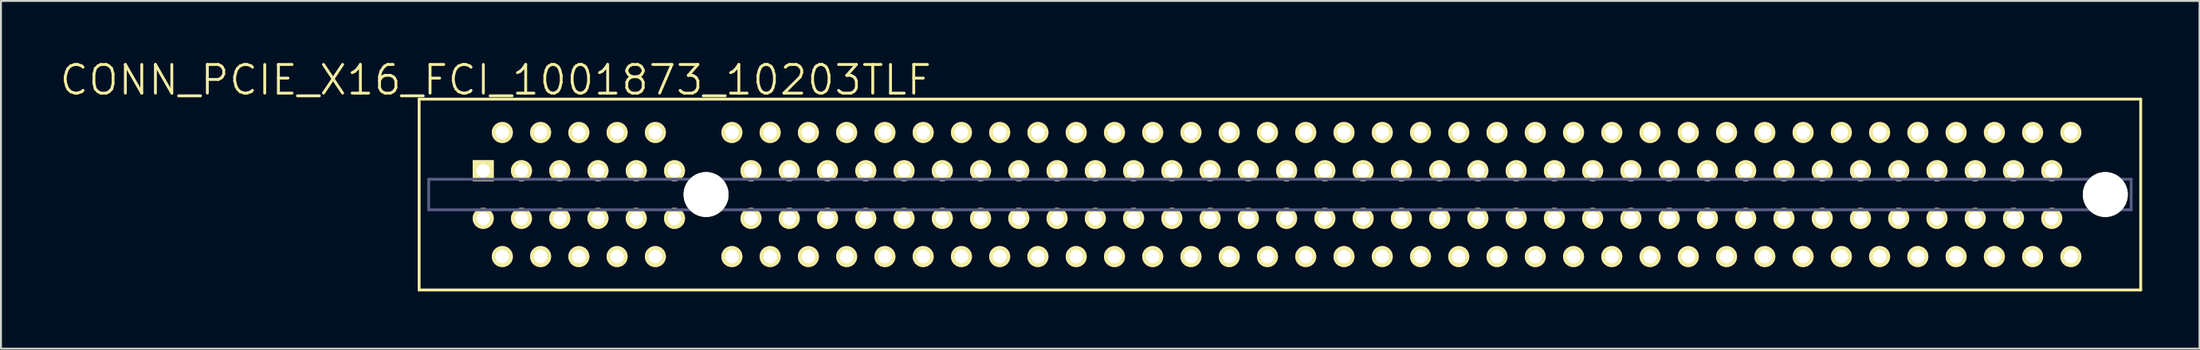
<source format=kicad_pcb>
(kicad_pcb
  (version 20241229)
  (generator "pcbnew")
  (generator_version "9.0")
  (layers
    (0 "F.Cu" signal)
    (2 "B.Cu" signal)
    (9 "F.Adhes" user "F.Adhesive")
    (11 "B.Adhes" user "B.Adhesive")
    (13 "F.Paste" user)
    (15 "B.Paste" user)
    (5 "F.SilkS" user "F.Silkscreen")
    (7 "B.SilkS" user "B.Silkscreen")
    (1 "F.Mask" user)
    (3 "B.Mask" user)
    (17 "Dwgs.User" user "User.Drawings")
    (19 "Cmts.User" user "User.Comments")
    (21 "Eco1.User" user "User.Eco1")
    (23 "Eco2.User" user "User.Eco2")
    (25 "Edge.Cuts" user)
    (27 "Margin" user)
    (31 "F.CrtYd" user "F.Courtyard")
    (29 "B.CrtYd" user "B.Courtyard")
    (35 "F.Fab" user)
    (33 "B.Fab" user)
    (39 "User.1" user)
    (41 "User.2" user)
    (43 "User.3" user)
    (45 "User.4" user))
  (footprint "CONN_PCIE_X16_FCI_1001873_10203TLF"
    (layer "F.Cu")
    (at 33.861 7.141)
    (property "Reference" "CONN_PCIE_X16_FCI_1001873_10203TLF" (at -11 -6 0) (layer "F.SilkS") (effects (font (size 1.5 1.5) (thickness 0.15))))
    (attr through_hole)
    (fp_line (start -15 -5) (end -15 5) (stroke (width 0.15) (type solid)) (layer "F.SilkS"))
    (fp_line (start -15 -5) (end 75 -5) (stroke (width 0.15) (type solid)) (layer "F.SilkS"))
    (fp_line (start -15 5) (end 75 5) (stroke (width 0.15) (type solid)) (layer "F.SilkS"))
    (fp_line (start 75 -5) (end 75 5) (stroke (width 0.15) (type solid)) (layer "F.SilkS"))
    (fp_line (start 0 -0.8) (end 0 0.8) (stroke (width 0.15) (type solid)) (layer "Dwgs.User"))
    (fp_line (start -14.5 -0.8) (end -14.5 0.8) (stroke (width 0.15) (type solid)) (layer "B.Fab"))
    (fp_line (start -14.5 0.8) (end 74.5 0.8) (stroke (width 0.15) (type solid)) (layer "B.Fab"))
    (fp_line (start 74.5 -0.8) (end -14.5 -0.8) (stroke (width 0.15) (type solid)) (layer "B.Fab"))
    (fp_line (start 74.5 -0.8) (end 74.5 0.8) (stroke (width 0.15) (type solid)) (layer "B.Fab"))
    (pad "" np_thru_hole circle (at 0 0) (size 2.35 2.35) (drill 2.35) (layers "*.Cu" "*.Mask" "F.SilkS"))
    (pad "" np_thru_hole circle (at 73.15 0) (size 2.35 2.35) (drill 2.35) (layers "*.Cu" "*.Mask" "F.SilkS"))
    (pad "A1" thru_hole circle (at -10.65 -3.25) (size 1.1 1.1) (drill 0.7) (layers "*.Cu" "*.Mask" "F.SilkS"))
    (pad "A2" thru_hole rect (at -11.65 -1.25) (size 1.1 1.1) (drill 0.7) (layers "*.Cu" "*.Mask" "F.SilkS"))
    (pad "A3" thru_hole circle (at -9.65 -1.25) (size 1.1 1.1) (drill 0.7) (layers "*.Cu" "*.Mask" "F.SilkS"))
    (pad "A4" thru_hole circle (at -8.65 -3.25) (size 1.1 1.1) (drill 0.7) (layers "*.Cu" "*.Mask" "F.SilkS"))
    (pad "A5" thru_hole circle (at -7.65 -1.25) (size 1.1 1.1) (drill 0.7) (layers "*.Cu" "*.Mask" "F.SilkS"))
    (pad "A6" thru_hole circle (at -6.65 -3.25) (size 1.1 1.1) (drill 0.7) (layers "*.Cu" "*.Mask" "F.SilkS"))
    (pad "A7" thru_hole circle (at -5.65 -1.25) (size 1.1 1.1) (drill 0.7) (layers "*.Cu" "*.Mask" "F.SilkS"))
    (pad "A8" thru_hole circle (at -4.65 -3.25) (size 1.1 1.1) (drill 0.7) (layers "*.Cu" "*.Mask" "F.SilkS"))
    (pad "A9" thru_hole circle (at -3.65 -1.25) (size 1.1 1.1) (drill 0.7) (layers "*.Cu" "*.Mask" "F.SilkS"))
    (pad "A10" thru_hole circle (at -2.65 -3.25) (size 1.1 1.1) (drill 0.7) (layers "*.Cu" "*.Mask" "F.SilkS"))
    (pad "A11" thru_hole circle (at -1.65 -1.25) (size 1.1 1.1) (drill 0.7) (layers "*.Cu" "*.Mask" "F.SilkS"))
    (pad "A12" thru_hole circle (at 1.35 -3.25) (size 1.1 1.1) (drill 0.7) (layers "*.Cu" "*.Mask" "F.SilkS"))
    (pad "A13" thru_hole circle (at 2.35 -1.25) (size 1.1 1.1) (drill 0.7) (layers "*.Cu" "*.Mask" "F.SilkS"))
    (pad "A14" thru_hole circle (at 3.35 -3.25) (size 1.1 1.1) (drill 0.7) (layers "*.Cu" "*.Mask" "F.SilkS"))
    (pad "A15" thru_hole circle (at 4.35 -1.25) (size 1.1 1.1) (drill 0.7) (layers "*.Cu" "*.Mask" "F.SilkS"))
    (pad "A16" thru_hole circle (at 5.35 -3.25) (size 1.1 1.1) (drill 0.7) (layers "*.Cu" "*.Mask" "F.SilkS"))
    (pad "A17" thru_hole circle (at 6.35 -1.25) (size 1.1 1.1) (drill 0.7) (layers "*.Cu" "*.Mask" "F.SilkS"))
    (pad "A18" thru_hole circle (at 7.35 -3.25) (size 1.1 1.1) (drill 0.7) (layers "*.Cu" "*.Mask" "F.SilkS"))
    (pad "A19" thru_hole circle (at 8.35 -1.25) (size 1.1 1.1) (drill 0.7) (layers "*.Cu" "*.Mask" "F.SilkS"))
    (pad "A20" thru_hole circle (at 9.35 -3.25) (size 1.1 1.1) (drill 0.7) (layers "*.Cu" "*.Mask" "F.SilkS"))
    (pad "A21" thru_hole circle (at 10.35 -1.25) (size 1.1 1.1) (drill 0.7) (layers "*.Cu" "*.Mask" "F.SilkS"))
    (pad "A22" thru_hole circle (at 11.35 -3.25) (size 1.1 1.1) (drill 0.7) (layers "*.Cu" "*.Mask" "F.SilkS"))
    (pad "A23" thru_hole circle (at 12.35 -1.25) (size 1.1 1.1) (drill 0.7) (layers "*.Cu" "*.Mask" "F.SilkS"))
    (pad "A24" thru_hole circle (at 13.35 -3.25) (size 1.1 1.1) (drill 0.7) (layers "*.Cu" "*.Mask" "F.SilkS"))
    (pad "A25" thru_hole circle (at 14.35 -1.25) (size 1.1 1.1) (drill 0.7) (layers "*.Cu" "*.Mask" "F.SilkS"))
    (pad "A26" thru_hole circle (at 15.35 -3.25) (size 1.1 1.1) (drill 0.7) (layers "*.Cu" "*.Mask" "F.SilkS"))
    (pad "A27" thru_hole circle (at 16.35 -1.25) (size 1.1 1.1) (drill 0.7) (layers "*.Cu" "*.Mask" "F.SilkS"))
    (pad "A28" thru_hole circle (at 17.35 -3.25) (size 1.1 1.1) (drill 0.7) (layers "*.Cu" "*.Mask" "F.SilkS"))
    (pad "A29" thru_hole circle (at 18.35 -1.25) (size 1.1 1.1) (drill 0.7) (layers "*.Cu" "*.Mask" "F.SilkS"))
    (pad "A30" thru_hole circle (at 19.35 -3.25) (size 1.1 1.1) (drill 0.7) (layers "*.Cu" "*.Mask" "F.SilkS"))
    (pad "A31" thru_hole circle (at 20.35 -1.25) (size 1.1 1.1) (drill 0.7) (layers "*.Cu" "*.Mask" "F.SilkS"))
    (pad "A32" thru_hole circle (at 21.35 -3.25) (size 1.1 1.1) (drill 0.7) (layers "*.Cu" "*.Mask" "F.SilkS"))
    (pad "A33" thru_hole circle (at 22.35 -1.25) (size 1.1 1.1) (drill 0.7) (layers "*.Cu" "*.Mask" "F.SilkS"))
    (pad "A34" thru_hole circle (at 23.35 -3.25) (size 1.1 1.1) (drill 0.7) (layers "*.Cu" "*.Mask" "F.SilkS"))
    (pad "A35" thru_hole circle (at 24.35 -1.25) (size 1.1 1.1) (drill 0.7) (layers "*.Cu" "*.Mask" "F.SilkS"))
    (pad "A36" thru_hole circle (at 25.35 -3.25) (size 1.1 1.1) (drill 0.7) (layers "*.Cu" "*.Mask" "F.SilkS"))
    (pad "A37" thru_hole circle (at 26.35 -1.25) (size 1.1 1.1) (drill 0.7) (layers "*.Cu" "*.Mask" "F.SilkS"))
    (pad "A38" thru_hole circle (at 27.35 -3.25) (size 1.1 1.1) (drill 0.7) (layers "*.Cu" "*.Mask" "F.SilkS"))
    (pad "A39" thru_hole circle (at 28.35 -1.25) (size 1.1 1.1) (drill 0.7) (layers "*.Cu" "*.Mask" "F.SilkS"))
    (pad "A40" thru_hole circle (at 29.35 -3.25) (size 1.1 1.1) (drill 0.7) (layers "*.Cu" "*.Mask" "F.SilkS"))
    (pad "A41" thru_hole circle (at 30.35 -1.25) (size 1.1 1.1) (drill 0.7) (layers "*.Cu" "*.Mask" "F.SilkS"))
    (pad "A42" thru_hole circle (at 31.35 -3.25) (size 1.1 1.1) (drill 0.7) (layers "*.Cu" "*.Mask" "F.SilkS"))
    (pad "A43" thru_hole circle (at 32.35 -1.25) (size 1.1 1.1) (drill 0.7) (layers "*.Cu" "*.Mask" "F.SilkS"))
    (pad "A44" thru_hole circle (at 33.35 -3.25) (size 1.1 1.1) (drill 0.7) (layers "*.Cu" "*.Mask" "F.SilkS"))
    (pad "A45" thru_hole circle (at 34.35 -1.25) (size 1.1 1.1) (drill 0.7) (layers "*.Cu" "*.Mask" "F.SilkS"))
    (pad "A46" thru_hole circle (at 35.35 -3.25) (size 1.1 1.1) (drill 0.7) (layers "*.Cu" "*.Mask" "F.SilkS"))
    (pad "A47" thru_hole circle (at 36.35 -1.25) (size 1.1 1.1) (drill 0.7) (layers "*.Cu" "*.Mask" "F.SilkS"))
    (pad "A48" thru_hole circle (at 37.35 -3.25) (size 1.1 1.1) (drill 0.7) (layers "*.Cu" "*.Mask" "F.SilkS"))
    (pad "A49" thru_hole circle (at 38.35 -1.25) (size 1.1 1.1) (drill 0.7) (layers "*.Cu" "*.Mask" "F.SilkS"))
    (pad "A50" thru_hole circle (at 39.35 -3.25) (size 1.1 1.1) (drill 0.7) (layers "*.Cu" "*.Mask" "F.SilkS"))
    (pad "A51" thru_hole circle (at 40.35 -1.25) (size 1.1 1.1) (drill 0.7) (layers "*.Cu" "*.Mask" "F.SilkS"))
    (pad "A52" thru_hole circle (at 41.35 -3.25) (size 1.1 1.1) (drill 0.7) (layers "*.Cu" "*.Mask" "F.SilkS"))
    (pad "A53" thru_hole circle (at 42.35 -1.25) (size 1.1 1.1) (drill 0.7) (layers "*.Cu" "*.Mask" "F.SilkS"))
    (pad "A54" thru_hole circle (at 43.35 -3.25) (size 1.1 1.1) (drill 0.7) (layers "*.Cu" "*.Mask" "F.SilkS"))
    (pad "A55" thru_hole circle (at 44.35 -1.25) (size 1.1 1.1) (drill 0.7) (layers "*.Cu" "*.Mask" "F.SilkS"))
    (pad "A56" thru_hole circle (at 45.35 -3.25) (size 1.1 1.1) (drill 0.7) (layers "*.Cu" "*.Mask" "F.SilkS"))
    (pad "A57" thru_hole circle (at 46.35 -1.25) (size 1.1 1.1) (drill 0.7) (layers "*.Cu" "*.Mask" "F.SilkS"))
    (pad "A58" thru_hole circle (at 47.35 -3.25) (size 1.1 1.1) (drill 0.7) (layers "*.Cu" "*.Mask" "F.SilkS"))
    (pad "A59" thru_hole circle (at 48.35 -1.25) (size 1.1 1.1) (drill 0.7) (layers "*.Cu" "*.Mask" "F.SilkS"))
    (pad "A60" thru_hole circle (at 49.35 -3.25) (size 1.1 1.1) (drill 0.7) (layers "*.Cu" "*.Mask" "F.SilkS"))
    (pad "A61" thru_hole circle (at 50.35 -1.25) (size 1.1 1.1) (drill 0.7) (layers "*.Cu" "*.Mask" "F.SilkS"))
    (pad "A62" thru_hole circle (at 51.35 -3.25) (size 1.1 1.1) (drill 0.7) (layers "*.Cu" "*.Mask" "F.SilkS"))
    (pad "A63" thru_hole circle (at 52.35 -1.25) (size 1.1 1.1) (drill 0.7) (layers "*.Cu" "*.Mask" "F.SilkS"))
    (pad "A64" thru_hole circle (at 53.35 -3.25) (size 1.1 1.1) (drill 0.7) (layers "*.Cu" "*.Mask" "F.SilkS"))
    (pad "A65" thru_hole circle (at 54.35 -1.25) (size 1.1 1.1) (drill 0.7) (layers "*.Cu" "*.Mask" "F.SilkS"))
    (pad "A66" thru_hole circle (at 55.35 -3.25) (size 1.1 1.1) (drill 0.7) (layers "*.Cu" "*.Mask" "F.SilkS"))
    (pad "A67" thru_hole circle (at 56.35 -1.25) (size 1.1 1.1) (drill 0.7) (layers "*.Cu" "*.Mask" "F.SilkS"))
    (pad "A68" thru_hole circle (at 57.35 -3.25) (size 1.1 1.1) (drill 0.7) (layers "*.Cu" "*.Mask" "F.SilkS"))
    (pad "A69" thru_hole circle (at 58.35 -1.25) (size 1.1 1.1) (drill 0.7) (layers "*.Cu" "*.Mask" "F.SilkS"))
    (pad "A70" thru_hole circle (at 59.35 -3.25) (size 1.1 1.1) (drill 0.7) (layers "*.Cu" "*.Mask" "F.SilkS"))
    (pad "A71" thru_hole circle (at 60.35 -1.25) (size 1.1 1.1) (drill 0.7) (layers "*.Cu" "*.Mask" "F.SilkS"))
    (pad "A72" thru_hole circle (at 61.35 -3.25) (size 1.1 1.1) (drill 0.7) (layers "*.Cu" "*.Mask" "F.SilkS"))
    (pad "A73" thru_hole circle (at 62.35 -1.25) (size 1.1 1.1) (drill 0.7) (layers "*.Cu" "*.Mask" "F.SilkS"))
    (pad "A74" thru_hole circle (at 63.35 -3.25) (size 1.1 1.1) (drill 0.7) (layers "*.Cu" "*.Mask" "F.SilkS"))
    (pad "A75" thru_hole circle (at 64.35 -1.25) (size 1.1 1.1) (drill 0.7) (layers "*.Cu" "*.Mask" "F.SilkS"))
    (pad "A76" thru_hole circle (at 65.35 -3.25) (size 1.1 1.1) (drill 0.7) (layers "*.Cu" "*.Mask" "F.SilkS"))
    (pad "A77" thru_hole circle (at 66.35 -1.25) (size 1.1 1.1) (drill 0.7) (layers "*.Cu" "*.Mask" "F.SilkS"))
    (pad "A78" thru_hole circle (at 67.35 -3.25) (size 1.1 1.1) (drill 0.7) (layers "*.Cu" "*.Mask" "F.SilkS"))
    (pad "A79" thru_hole circle (at 68.35 -1.25) (size 1.1 1.1) (drill 0.7) (layers "*.Cu" "*.Mask" "F.SilkS"))
    (pad "A80" thru_hole circle (at 69.35 -3.25) (size 1.1 1.1) (drill 0.7) (layers "*.Cu" "*.Mask" "F.SilkS"))
    (pad "A81" thru_hole circle (at 70.35 -1.25) (size 1.1 1.1) (drill 0.7) (layers "*.Cu" "*.Mask" "F.SilkS"))
    (pad "A82" thru_hole circle (at 71.35 -3.25) (size 1.1 1.1) (drill 0.7) (layers "*.Cu" "*.Mask" "F.SilkS"))
    (pad "B1" thru_hole circle (at -11.65 1.25) (size 1.1 1.1) (drill 0.7) (layers "*.Cu" "*.Mask" "F.SilkS"))
    (pad "B2" thru_hole circle (at -10.65 3.25) (size 1.1 1.1) (drill 0.7) (layers "*.Cu" "*.Mask" "F.SilkS"))
    (pad "B3" thru_hole circle (at -9.65 1.25) (size 1.1 1.1) (drill 0.7) (layers "*.Cu" "*.Mask" "F.SilkS"))
    (pad "B4" thru_hole circle (at -8.65 3.25) (size 1.1 1.1) (drill 0.7) (layers "*.Cu" "*.Mask" "F.SilkS"))
    (pad "B5" thru_hole circle (at -7.65 1.25) (size 1.1 1.1) (drill 0.7) (layers "*.Cu" "*.Mask" "F.SilkS"))
    (pad "B6" thru_hole circle (at -6.65 3.25) (size 1.1 1.1) (drill 0.7) (layers "*.Cu" "*.Mask" "F.SilkS"))
    (pad "B7" thru_hole circle (at -5.65 1.25) (size 1.1 1.1) (drill 0.7) (layers "*.Cu" "*.Mask" "F.SilkS"))
    (pad "B8" thru_hole circle (at -4.65 3.25) (size 1.1 1.1) (drill 0.7) (layers "*.Cu" "*.Mask" "F.SilkS"))
    (pad "B9" thru_hole circle (at -3.65 1.25) (size 1.1 1.1) (drill 0.7) (layers "*.Cu" "*.Mask" "F.SilkS"))
    (pad "B10" thru_hole circle (at -2.65 3.25) (size 1.1 1.1) (drill 0.7) (layers "*.Cu" "*.Mask" "F.SilkS"))
    (pad "B11" thru_hole circle (at -1.65 1.25) (size 1.1 1.1) (drill 0.7) (layers "*.Cu" "*.Mask" "F.SilkS"))
    (pad "B12" thru_hole circle (at 1.35 3.25) (size 1.1 1.1) (drill 0.7) (layers "*.Cu" "*.Mask" "F.SilkS"))
    (pad "B13" thru_hole circle (at 2.35 1.25) (size 1.1 1.1) (drill 0.7) (layers "*.Cu" "*.Mask" "F.SilkS"))
    (pad "B14" thru_hole circle (at 3.35 3.25) (size 1.1 1.1) (drill 0.7) (layers "*.Cu" "*.Mask" "F.SilkS"))
    (pad "B15" thru_hole circle (at 4.35 1.25) (size 1.1 1.1) (drill 0.7) (layers "*.Cu" "*.Mask" "F.SilkS"))
    (pad "B16" thru_hole circle (at 5.35 3.25) (size 1.1 1.1) (drill 0.7) (layers "*.Cu" "*.Mask" "F.SilkS"))
    (pad "B17" thru_hole circle (at 6.35 1.25) (size 1.1 1.1) (drill 0.7) (layers "*.Cu" "*.Mask" "F.SilkS"))
    (pad "B18" thru_hole circle (at 7.35 3.25) (size 1.1 1.1) (drill 0.7) (layers "*.Cu" "*.Mask" "F.SilkS"))
    (pad "B19" thru_hole circle (at 8.35 1.25) (size 1.1 1.1) (drill 0.7) (layers "*.Cu" "*.Mask" "F.SilkS"))
    (pad "B20" thru_hole circle (at 9.35 3.25) (size 1.1 1.1) (drill 0.7) (layers "*.Cu" "*.Mask" "F.SilkS"))
    (pad "B21" thru_hole circle (at 10.35 1.25) (size 1.1 1.1) (drill 0.7) (layers "*.Cu" "*.Mask" "F.SilkS"))
    (pad "B22" thru_hole circle (at 11.35 3.25) (size 1.1 1.1) (drill 0.7) (layers "*.Cu" "*.Mask" "F.SilkS"))
    (pad "B23" thru_hole circle (at 12.35 1.25) (size 1.1 1.1) (drill 0.7) (layers "*.Cu" "*.Mask" "F.SilkS"))
    (pad "B24" thru_hole circle (at 13.35 3.25) (size 1.1 1.1) (drill 0.7) (layers "*.Cu" "*.Mask" "F.SilkS"))
    (pad "B25" thru_hole circle (at 14.35 1.25) (size 1.1 1.1) (drill 0.7) (layers "*.Cu" "*.Mask" "F.SilkS"))
    (pad "B26" thru_hole circle (at 15.35 3.25) (size 1.1 1.1) (drill 0.7) (layers "*.Cu" "*.Mask" "F.SilkS"))
    (pad "B27" thru_hole circle (at 16.35 1.25) (size 1.1 1.1) (drill 0.7) (layers "*.Cu" "*.Mask" "F.SilkS"))
    (pad "B28" thru_hole circle (at 17.35 3.25) (size 1.1 1.1) (drill 0.7) (layers "*.Cu" "*.Mask" "F.SilkS"))
    (pad "B29" thru_hole circle (at 18.35 1.25) (size 1.1 1.1) (drill 0.7) (layers "*.Cu" "*.Mask" "F.SilkS"))
    (pad "B30" thru_hole circle (at 19.35 3.25) (size 1.1 1.1) (drill 0.7) (layers "*.Cu" "*.Mask" "F.SilkS"))
    (pad "B31" thru_hole circle (at 20.35 1.25) (size 1.1 1.1) (drill 0.7) (layers "*.Cu" "*.Mask" "F.SilkS"))
    (pad "B32" thru_hole circle (at 21.35 3.25) (size 1.1 1.1) (drill 0.7) (layers "*.Cu" "*.Mask" "F.SilkS"))
    (pad "B33" thru_hole circle (at 22.35 1.25) (size 1.1 1.1) (drill 0.7) (layers "*.Cu" "*.Mask" "F.SilkS"))
    (pad "B34" thru_hole circle (at 23.35 3.25) (size 1.1 1.1) (drill 0.7) (layers "*.Cu" "*.Mask" "F.SilkS"))
    (pad "B35" thru_hole circle (at 24.35 1.25) (size 1.1 1.1) (drill 0.7) (layers "*.Cu" "*.Mask" "F.SilkS"))
    (pad "B36" thru_hole circle (at 25.35 3.25) (size 1.1 1.1) (drill 0.7) (layers "*.Cu" "*.Mask" "F.SilkS"))
    (pad "B37" thru_hole circle (at 26.35 1.25) (size 1.1 1.1) (drill 0.7) (layers "*.Cu" "*.Mask" "F.SilkS"))
    (pad "B38" thru_hole circle (at 27.35 3.25) (size 1.1 1.1) (drill 0.7) (layers "*.Cu" "*.Mask" "F.SilkS"))
    (pad "B39" thru_hole circle (at 28.35 1.25) (size 1.1 1.1) (drill 0.7) (layers "*.Cu" "*.Mask" "F.SilkS"))
    (pad "B40" thru_hole circle (at 29.35 3.25) (size 1.1 1.1) (drill 0.7) (layers "*.Cu" "*.Mask" "F.SilkS"))
    (pad "B41" thru_hole circle (at 30.35 1.25) (size 1.1 1.1) (drill 0.7) (layers "*.Cu" "*.Mask" "F.SilkS"))
    (pad "B42" thru_hole circle (at 31.35 3.25) (size 1.1 1.1) (drill 0.7) (layers "*.Cu" "*.Mask" "F.SilkS"))
    (pad "B43" thru_hole circle (at 32.35 1.25) (size 1.1 1.1) (drill 0.7) (layers "*.Cu" "*.Mask" "F.SilkS"))
    (pad "B44" thru_hole circle (at 33.35 3.25) (size 1.1 1.1) (drill 0.7) (layers "*.Cu" "*.Mask" "F.SilkS"))
    (pad "B45" thru_hole circle (at 34.35 1.25) (size 1.1 1.1) (drill 0.7) (layers "*.Cu" "*.Mask" "F.SilkS"))
    (pad "B46" thru_hole circle (at 35.35 3.25) (size 1.1 1.1) (drill 0.7) (layers "*.Cu" "*.Mask" "F.SilkS"))
    (pad "B47" thru_hole circle (at 36.35 1.25) (size 1.1 1.1) (drill 0.7) (layers "*.Cu" "*.Mask" "F.SilkS"))
    (pad "B48" thru_hole circle (at 37.35 3.25) (size 1.1 1.1) (drill 0.7) (layers "*.Cu" "*.Mask" "F.SilkS"))
    (pad "B49" thru_hole circle (at 38.35 1.25) (size 1.1 1.1) (drill 0.7) (layers "*.Cu" "*.Mask" "F.SilkS"))
    (pad "B50" thru_hole circle (at 39.35 3.25) (size 1.1 1.1) (drill 0.7) (layers "*.Cu" "*.Mask" "F.SilkS"))
    (pad "B51" thru_hole circle (at 40.35 1.25) (size 1.1 1.1) (drill 0.7) (layers "*.Cu" "*.Mask" "F.SilkS"))
    (pad "B52" thru_hole circle (at 41.35 3.25) (size 1.1 1.1) (drill 0.7) (layers "*.Cu" "*.Mask" "F.SilkS"))
    (pad "B53" thru_hole circle (at 42.35 1.25) (size 1.1 1.1) (drill 0.7) (layers "*.Cu" "*.Mask" "F.SilkS"))
    (pad "B54" thru_hole circle (at 43.35 3.25) (size 1.1 1.1) (drill 0.7) (layers "*.Cu" "*.Mask" "F.SilkS"))
    (pad "B55" thru_hole circle (at 44.35 1.25) (size 1.1 1.1) (drill 0.7) (layers "*.Cu" "*.Mask" "F.SilkS"))
    (pad "B56" thru_hole circle (at 45.35 3.25) (size 1.1 1.1) (drill 0.7) (layers "*.Cu" "*.Mask" "F.SilkS"))
    (pad "B57" thru_hole circle (at 46.35 1.25) (size 1.1 1.1) (drill 0.7) (layers "*.Cu" "*.Mask" "F.SilkS"))
    (pad "B58" thru_hole circle (at 47.35 3.25) (size 1.1 1.1) (drill 0.7) (layers "*.Cu" "*.Mask" "F.SilkS"))
    (pad "B59" thru_hole circle (at 48.35 1.25) (size 1.1 1.1) (drill 0.7) (layers "*.Cu" "*.Mask" "F.SilkS"))
    (pad "B60" thru_hole circle (at 49.35 3.25) (size 1.1 1.1) (drill 0.7) (layers "*.Cu" "*.Mask" "F.SilkS"))
    (pad "B61" thru_hole circle (at 50.35 1.25) (size 1.1 1.1) (drill 0.7) (layers "*.Cu" "*.Mask" "F.SilkS"))
    (pad "B62" thru_hole circle (at 51.35 3.25) (size 1.1 1.1) (drill 0.7) (layers "*.Cu" "*.Mask" "F.SilkS"))
    (pad "B63" thru_hole circle (at 52.35 1.25) (size 1.1 1.1) (drill 0.7) (layers "*.Cu" "*.Mask" "F.SilkS"))
    (pad "B64" thru_hole circle (at 53.35 3.25) (size 1.1 1.1) (drill 0.7) (layers "*.Cu" "*.Mask" "F.SilkS"))
    (pad "B65" thru_hole circle (at 54.35 1.25) (size 1.1 1.1) (drill 0.7) (layers "*.Cu" "*.Mask" "F.SilkS"))
    (pad "B66" thru_hole circle (at 55.35 3.25) (size 1.1 1.1) (drill 0.7) (layers "*.Cu" "*.Mask" "F.SilkS"))
    (pad "B67" thru_hole circle (at 56.35 1.25) (size 1.1 1.1) (drill 0.7) (layers "*.Cu" "*.Mask" "F.SilkS"))
    (pad "B68" thru_hole circle (at 57.35 3.25) (size 1.1 1.1) (drill 0.7) (layers "*.Cu" "*.Mask" "F.SilkS"))
    (pad "B69" thru_hole circle (at 58.35 1.25) (size 1.1 1.1) (drill 0.7) (layers "*.Cu" "*.Mask" "F.SilkS"))
    (pad "B70" thru_hole circle (at 59.35 3.25) (size 1.1 1.1) (drill 0.7) (layers "*.Cu" "*.Mask" "F.SilkS"))
    (pad "B71" thru_hole circle (at 60.35 1.25) (size 1.1 1.1) (drill 0.7) (layers "*.Cu" "*.Mask" "F.SilkS"))
    (pad "B72" thru_hole circle (at 61.35 3.25) (size 1.1 1.1) (drill 0.7) (layers "*.Cu" "*.Mask" "F.SilkS"))
    (pad "B73" thru_hole circle (at 62.35 1.25) (size 1.1 1.1) (drill 0.7) (layers "*.Cu" "*.Mask" "F.SilkS"))
    (pad "B74" thru_hole circle (at 63.35 3.25) (size 1.1 1.1) (drill 0.7) (layers "*.Cu" "*.Mask" "F.SilkS"))
    (pad "B75" thru_hole circle (at 64.35 1.25) (size 1.1 1.1) (drill 0.7) (layers "*.Cu" "*.Mask" "F.SilkS"))
    (pad "B76" thru_hole circle (at 65.35 3.25) (size 1.1 1.1) (drill 0.7) (layers "*.Cu" "*.Mask" "F.SilkS"))
    (pad "B77" thru_hole circle (at 66.35 1.25) (size 1.1 1.1) (drill 0.7) (layers "*.Cu" "*.Mask" "F.SilkS"))
    (pad "B78" thru_hole circle (at 67.35 3.25) (size 1.1 1.1) (drill 0.7) (layers "*.Cu" "*.Mask" "F.SilkS"))
    (pad "B79" thru_hole circle (at 68.35 1.25) (size 1.1 1.1) (drill 0.7) (layers "*.Cu" "*.Mask" "F.SilkS"))
    (pad "B80" thru_hole circle (at 69.35 3.25) (size 1.1 1.1) (drill 0.7) (layers "*.Cu" "*.Mask" "F.SilkS"))
    (pad "B81" thru_hole circle (at 70.35 1.25) (size 1.1 1.1) (drill 0.7) (layers "*.Cu" "*.Mask" "F.SilkS"))
    (pad "B82" thru_hole circle (at 71.35 3.25) (size 1.1 1.1) (drill 0.7) (layers "*.Cu" "*.Mask" "F.SilkS")))
  (gr_rect
    (start -3 -3)
    (end 111.936 15.216)
    (stroke (width 0.1) (type default))
    (fill no)
    (layer "Edge.Cuts")))
</source>
